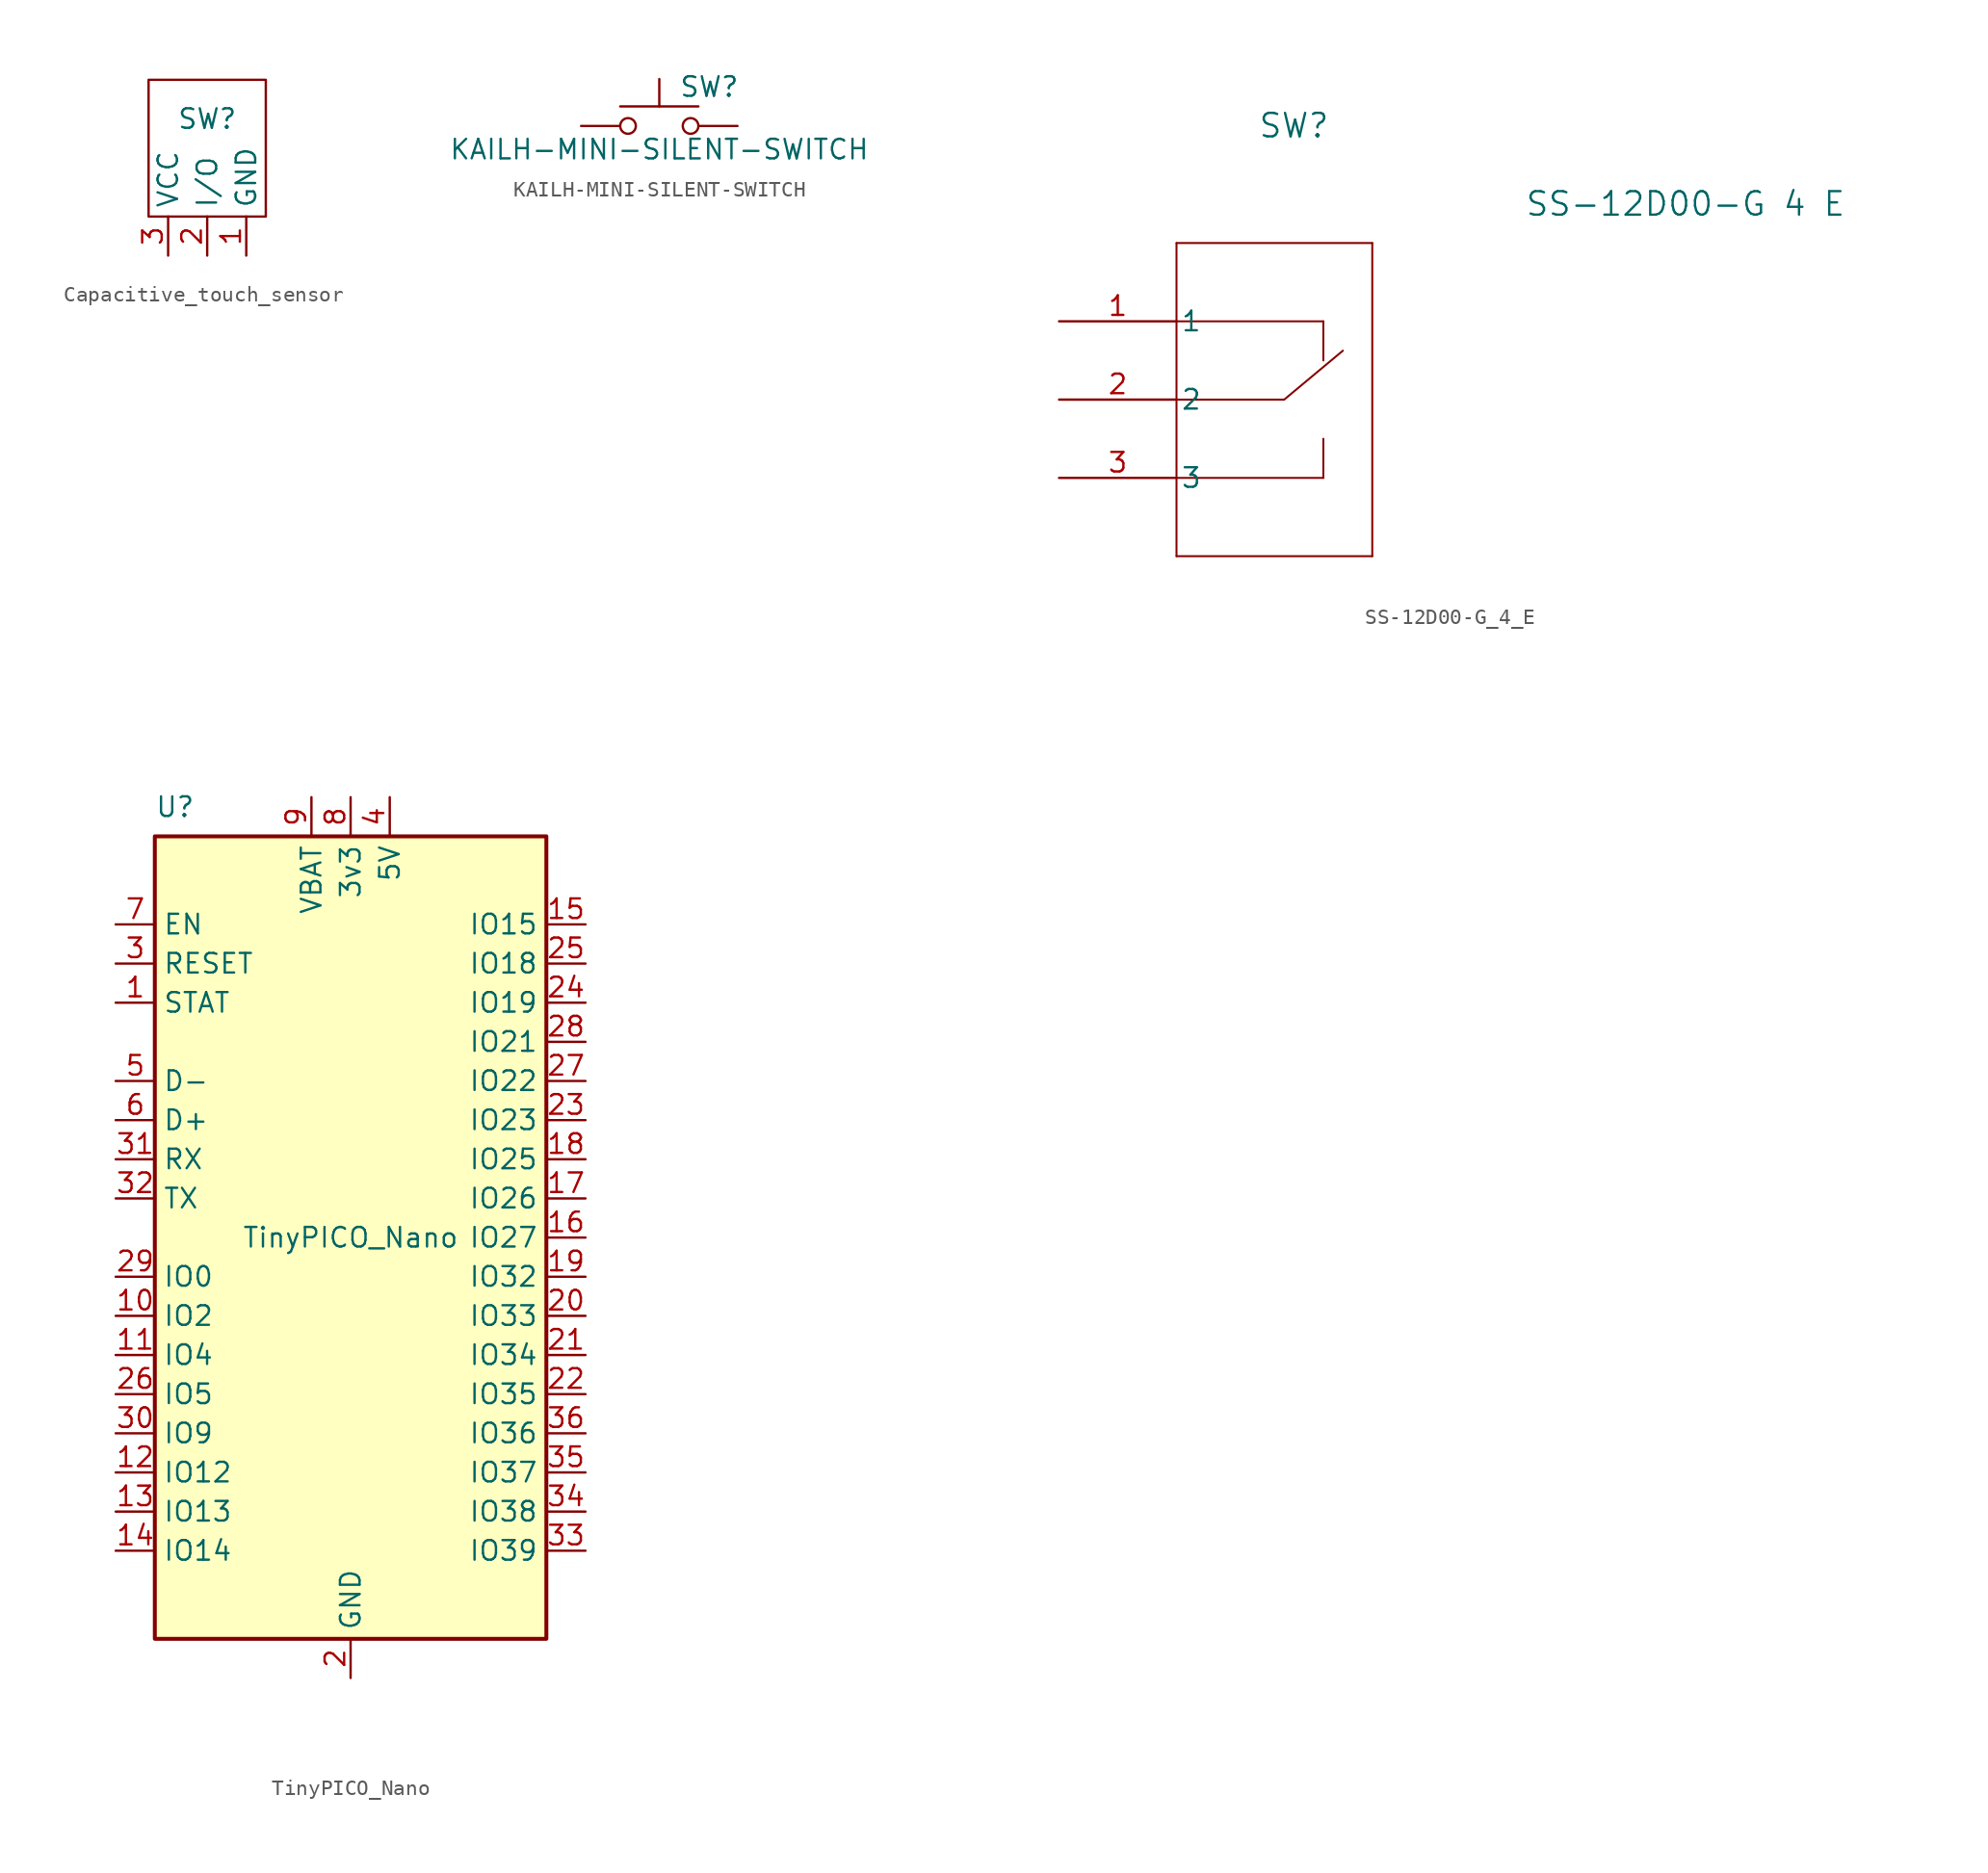
<source format=kicad_sym>
(kicad_symbol_lib
  (version 20241209)
  (generator "kicad_symbol_editor")
  (generator_version "9.0")
  (symbol "Capacitive_touch_sensor"
    (property "Reference" "SW"
      (at 0 1.27 0)
      (effects (font (size 1.27 1.27))))
    (property "Value" ""
      (at 0 0 0)
      (effects (font (size 1.27 1.27))))
    (symbol "Capacitive_touch_sensor_0_1"
      (rectangle (start -3.81 3.81) (end 3.81 -5.08) (stroke (width 0) (type default)) (fill (type none))))
    (symbol "Capacitive_touch_sensor_1_1"
      (pin power_in line (at -2.54 -7.62 90) (length 2.54) (name "VCC" (effects (font (size 1.27 1.27)))) (number "3" (effects (font (size 1.27 1.27)))))
      (pin output line (at 0 -7.62 90) (length 2.54) (name "I/O" (effects (font (size 1.27 1.27)))) (number "2" (effects (font (size 1.27 1.27)))))
      (pin power_in line (at 2.54 -7.62 90) (length 2.54) (name "GND" (effects (font (size 1.27 1.27)))) (number "1" (effects (font (size 1.27 1.27)))))))
  (symbol "KAILH-MINI-SILENT-SWITCH"
    (pin_numbers
      (hide yes))
    (pin_names
      (offset 1.016)
      (hide yes))
    (property "Reference" "SW"
      (at 1.27 2.54 0)
      (effects (font (size 1.27 1.27)) (justify left)))
    (property "Value" "KAILH-MINI-SILENT-SWITCH"
      (at 0 -1.524 0)
      (effects (font (size 1.27 1.27))))
    (symbol "KAILH-MINI-SILENT-SWITCH_0_1"
      (circle (center -2.032 0) (radius 0.508) (stroke (width 0) (type default)) (fill (type none)))
      (polyline (pts (xy 0 1.27) (xy 0 3.048)) (stroke (width 0) (type default)) (fill (type none)))
      (circle (center 2.032 0) (radius 0.508) (stroke (width 0) (type default)) (fill (type none)))
      (polyline (pts (xy 2.54 1.27) (xy -2.54 1.27)) (stroke (width 0) (type default)) (fill (type none))))
    (symbol "KAILH-MINI-SILENT-SWITCH_1_1"
      (pin passive line (at -5.08 0 0) (length 2.54) (name "1" (effects (font (size 1.27 1.27)))) (number "1" (effects (font (size 1.27 1.27)))))
      (pin passive line (at 5.08 0 180) (length 2.54) (name "2" (effects (font (size 1.27 1.27)))) (number "2" (effects (font (size 1.27 1.27)))))))
  (symbol "SS-12D00-G_4_E"
    (pin_names
      (offset 0.254))
    (property "Reference" "SW"
      (at 15.24 12.7 0)
      (effects (font (size 1.524 1.524))))
    (property "Value" "SS-12D00-G 4 E"
      (at 40.64 7.62 0)
      (effects (font (size 1.524 1.524))))
    (property "ki_locked" ""
      (at 0 0 0)
      (effects (font (size 1.27 1.27))))
    (symbol "SS-12D00-G_4_E_0_1"
      (polyline (pts (xy 7.62 5.08) (xy 7.62 -15.24)) (stroke (width 0.127) (type default)) (fill (type none)))
      (polyline (pts (xy 7.62 0) (xy 17.145 0)) (stroke (width 0.127) (type default)) (fill (type none)))
      (polyline (pts (xy 7.62 -5.08) (xy 14.605 -5.08)) (stroke (width 0.127) (type default)) (fill (type none)))
      (polyline (pts (xy 7.62 -10.16) (xy 17.145 -10.16)) (stroke (width 0.127) (type default)) (fill (type none)))
      (polyline (pts (xy 7.62 -15.24) (xy 20.32 -15.24)) (stroke (width 0.127) (type default)) (fill (type none)))
      (polyline (pts (xy 14.605 -5.08) (xy 18.415 -1.905)) (stroke (width 0.127) (type default)) (fill (type none)))
      (polyline (pts (xy 17.145 -2.54) (xy 17.145 0)) (stroke (width 0.127) (type default)) (fill (type none)))
      (polyline (pts (xy 17.145 -7.62) (xy 17.145 -10.16)) (stroke (width 0.127) (type default)) (fill (type none)))
      (polyline (pts (xy 20.32 5.08) (xy 7.62 5.08)) (stroke (width 0.127) (type default)) (fill (type none)))
      (polyline (pts (xy 20.32 -15.24) (xy 20.32 5.08)) (stroke (width 0.127) (type default)) (fill (type none))))
    (symbol "SS-12D00-G_4_E_1_1"
      (pin passive line (at 0 0 0) (length 7.62) (name "1" (effects (font (size 1.27 1.27)))) (number "1" (effects (font (size 1.27 1.27)))))
      (pin passive line (at 0 -5.08 0) (length 7.62) (name "2" (effects (font (size 1.27 1.27)))) (number "2" (effects (font (size 1.27 1.27)))))
      (pin passive line (at 0 -10.16 0) (length 7.62) (name "3" (effects (font (size 1.27 1.27)))) (number "3" (effects (font (size 1.27 1.27)))))))
  (symbol "TinyPICO_Nano"
    (property "Reference" "U"
      (at -12.7 27.94 0)
      (effects (font (size 1.27 1.27)) (justify left)))
    (property "Value" "TinyPICO_Nano"
      (at 0 0 0)
      (effects (font (size 1.27 1.27))))
    (symbol "TinyPICO_Nano_0_0"
      (pin bidirectional line (at -15.24 5.08 0) (length 2.54) (name "RX" (effects (font (size 1.27 1.27)))) (number "31" (effects (font (size 1.27 1.27)))))
      (pin bidirectional line (at -15.24 2.54 0) (length 2.54) (name "TX" (effects (font (size 1.27 1.27)))) (number "32" (effects (font (size 1.27 1.27)))))
      (pin bidirectional line (at -15.24 -2.54 0) (length 2.54) (name "IO0" (effects (font (size 1.27 1.27)))) (number "29" (effects (font (size 1.27 1.27)))))
      (pin bidirectional line (at -15.24 -10.16 0) (length 2.54) (name "IO5" (effects (font (size 1.27 1.27)))) (number "26" (effects (font (size 1.27 1.27)))))
      (pin bidirectional line (at -15.24 -12.7 0) (length 2.54) (name "IO9" (effects (font (size 1.27 1.27)))) (number "30" (effects (font (size 1.27 1.27)))))
      (pin bidirectional line (at 15.24 17.78 180) (length 2.54) (name "IO18" (effects (font (size 1.27 1.27)))) (number "25" (effects (font (size 1.27 1.27)))))
      (pin bidirectional line (at 15.24 15.24 180) (length 2.54) (name "IO19" (effects (font (size 1.27 1.27)))) (number "24" (effects (font (size 1.27 1.27)))))
      (pin bidirectional line (at 15.24 12.7 180) (length 2.54) (name "IO21" (effects (font (size 1.27 1.27)))) (number "28" (effects (font (size 1.27 1.27)))))
      (pin bidirectional line (at 15.24 10.16 180) (length 2.54) (name "IO22" (effects (font (size 1.27 1.27)))) (number "27" (effects (font (size 1.27 1.27)))))
      (pin bidirectional line (at 15.24 7.62 180) (length 2.54) (name "IO23" (effects (font (size 1.27 1.27)))) (number "23" (effects (font (size 1.27 1.27)))))
      (pin bidirectional line (at 15.24 5.08 180) (length 2.54) (name "IO25" (effects (font (size 1.27 1.27)))) (number "18" (effects (font (size 1.27 1.27)))))
      (pin bidirectional line (at 15.24 2.54 180) (length 2.54) (name "IO26" (effects (font (size 1.27 1.27)))) (number "17" (effects (font (size 1.27 1.27)))))
      (pin bidirectional line (at 15.24 0 180) (length 2.54) (name "IO27" (effects (font (size 1.27 1.27)))) (number "16" (effects (font (size 1.27 1.27)))))
      (pin bidirectional line (at 15.24 -2.54 180) (length 2.54) (name "IO32" (effects (font (size 1.27 1.27)))) (number "19" (effects (font (size 1.27 1.27)))))
      (pin bidirectional line (at 15.24 -5.08 180) (length 2.54) (name "IO33" (effects (font (size 1.27 1.27)))) (number "20" (effects (font (size 1.27 1.27)))))
      (pin bidirectional line (at 15.24 -7.62 180) (length 2.54) (name "IO34" (effects (font (size 1.27 1.27)))) (number "21" (effects (font (size 1.27 1.27)))))
      (pin bidirectional line (at 15.24 -10.16 180) (length 2.54) (name "IO35" (effects (font (size 1.27 1.27)))) (number "22" (effects (font (size 1.27 1.27)))))
      (pin bidirectional line (at 15.24 -12.7 180) (length 2.54) (name "IO36" (effects (font (size 1.27 1.27)))) (number "36" (effects (font (size 1.27 1.27)))))
      (pin bidirectional line (at 15.24 -15.24 180) (length 2.54) (name "IO37" (effects (font (size 1.27 1.27)))) (number "35" (effects (font (size 1.27 1.27)))))
      (pin bidirectional line (at 15.24 -17.78 180) (length 2.54) (name "IO38" (effects (font (size 1.27 1.27)))) (number "34" (effects (font (size 1.27 1.27)))))
      (pin bidirectional line (at 15.24 -20.32 180) (length 2.54) (name "IO39" (effects (font (size 1.27 1.27)))) (number "33" (effects (font (size 1.27 1.27))))))
    (symbol "TinyPICO_Nano_0_1"
      (rectangle (start -12.7 26.035) (end 12.7 -26.035) (stroke (width 0.254) (type default)) (fill (type background))))
    (symbol "TinyPICO_Nano_1_1"
      (pin bidirectional line (at -15.24 20.32 0) (length 2.54) (name "EN" (effects (font (size 1.27 1.27)))) (number "7" (effects (font (size 1.27 1.27)))))
      (pin bidirectional line (at -15.24 17.78 0) (length 2.54) (name "RESET" (effects (font (size 1.27 1.27)))) (number "3" (effects (font (size 1.27 1.27)))))
      (pin bidirectional line (at -15.24 15.24 0) (length 2.54) (name "STAT" (effects (font (size 1.27 1.27)))) (number "1" (effects (font (size 1.27 1.27)))))
      (pin bidirectional line (at -15.24 10.16 0) (length 2.54) (name "D-" (effects (font (size 1.27 1.27)))) (number "5" (effects (font (size 1.27 1.27)))))
      (pin bidirectional line (at -15.24 7.62 0) (length 2.54) (name "D+" (effects (font (size 1.27 1.27)))) (number "6" (effects (font (size 1.27 1.27)))))
      (pin bidirectional line (at -15.24 -5.08 0) (length 2.54) (name "IO2" (effects (font (size 1.27 1.27)))) (number "10" (effects (font (size 1.27 1.27)))))
      (pin bidirectional line (at -15.24 -7.62 0) (length 2.54) (name "IO4" (effects (font (size 1.27 1.27)))) (number "11" (effects (font (size 1.27 1.27)))))
      (pin bidirectional line (at -15.24 -15.24 0) (length 2.54) (name "IO12" (effects (font (size 1.27 1.27)))) (number "12" (effects (font (size 1.27 1.27)))))
      (pin bidirectional line (at -15.24 -17.78 0) (length 2.54) (name "IO13" (effects (font (size 1.27 1.27)))) (number "13" (effects (font (size 1.27 1.27)))))
      (pin bidirectional line (at -15.24 -20.32 0) (length 2.54) (name "IO14" (effects (font (size 1.27 1.27)))) (number "14" (effects (font (size 1.27 1.27)))))
      (pin power_in line (at -2.54 28.575 270) (length 2.54) (name "VBAT" (effects (font (size 1.27 1.27)))) (number "9" (effects (font (size 1.27 1.27)))))
      (pin power_out line (at 0 28.575 270) (length 2.54) (name "3v3" (effects (font (size 1.27 1.27)))) (number "8" (effects (font (size 1.27 1.27)))))
      (pin power_out line (at 0 -28.575 90) (length 2.54) (name "GND" (effects (font (size 1.27 1.27)))) (number "2" (effects (font (size 1.27 1.27)))))
      (pin power_out line (at 2.54 28.575 270) (length 2.54) (name "5V" (effects (font (size 1.27 1.27)))) (number "4" (effects (font (size 1.27 1.27)))))
      (pin bidirectional line (at 15.24 20.32 180) (length 2.54) (name "IO15" (effects (font (size 1.27 1.27)))) (number "15" (effects (font (size 1.27 1.27))))))))
</source>
